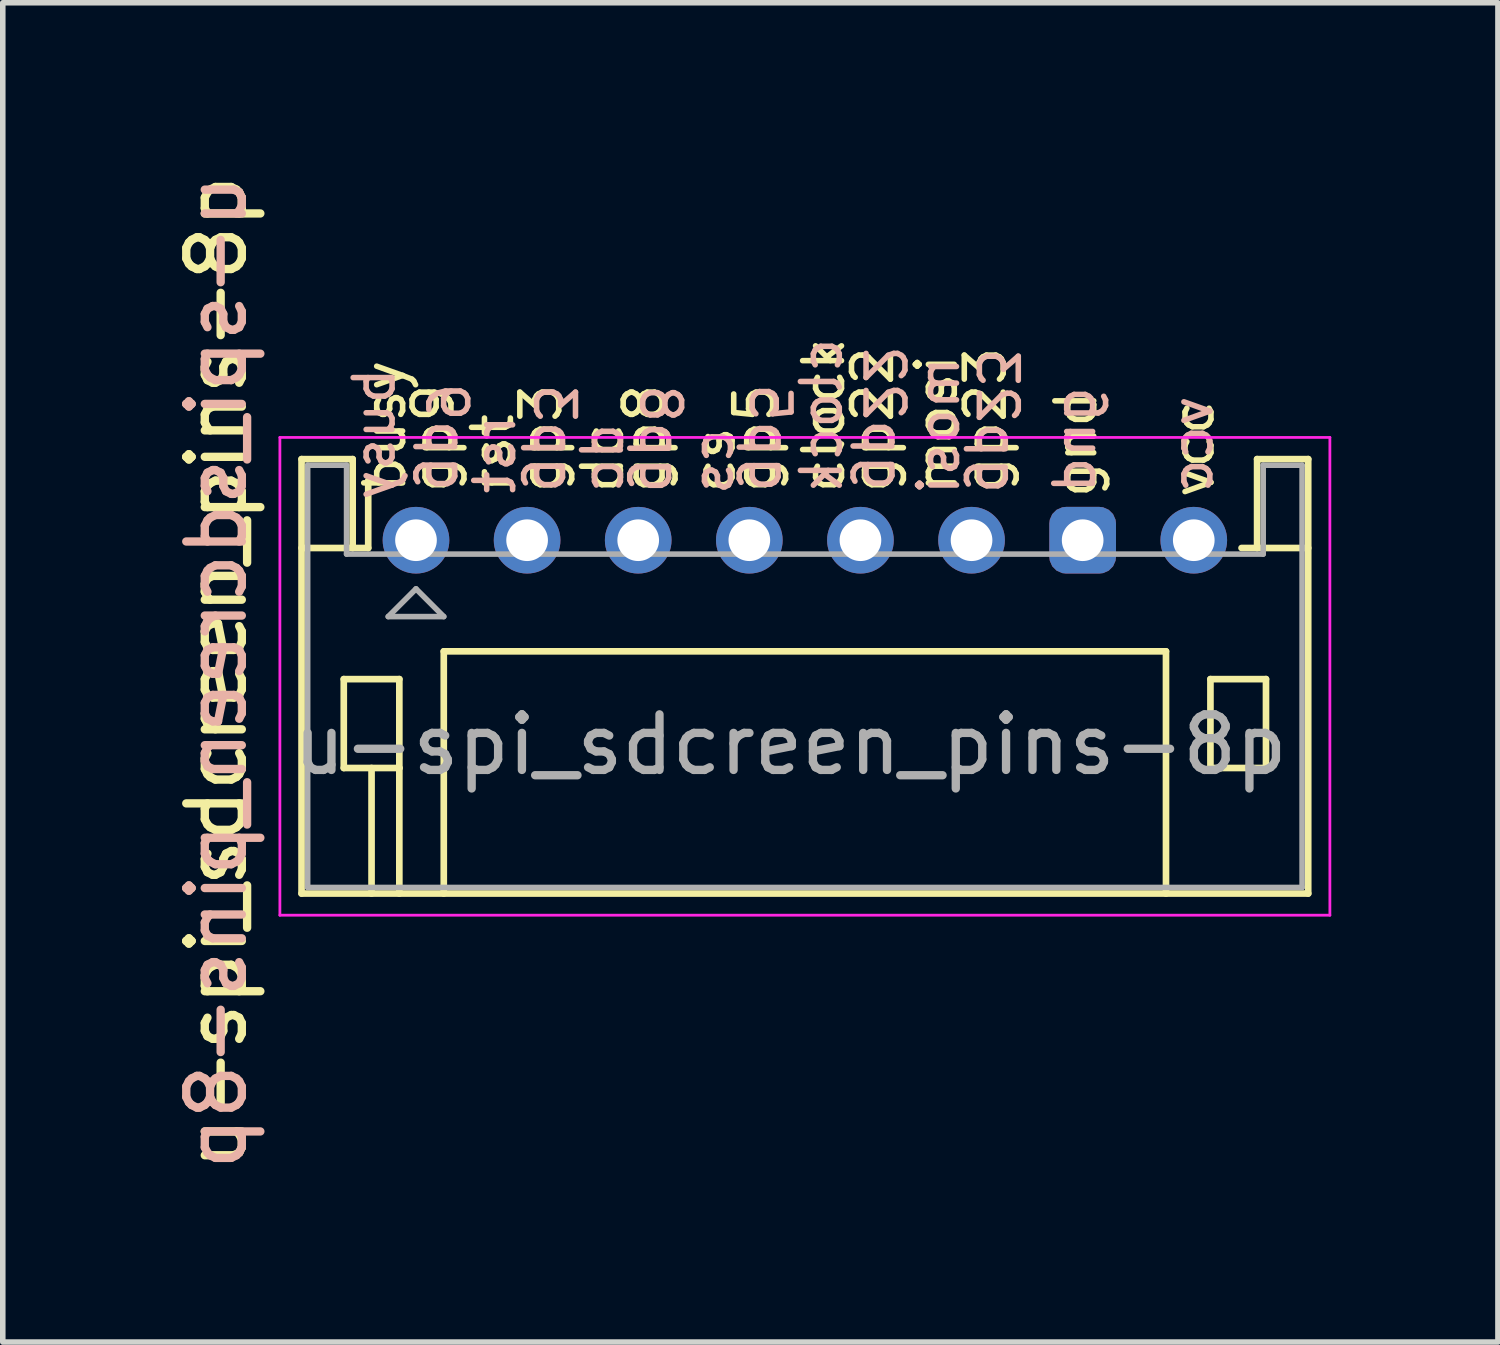
<source format=kicad_pcb>
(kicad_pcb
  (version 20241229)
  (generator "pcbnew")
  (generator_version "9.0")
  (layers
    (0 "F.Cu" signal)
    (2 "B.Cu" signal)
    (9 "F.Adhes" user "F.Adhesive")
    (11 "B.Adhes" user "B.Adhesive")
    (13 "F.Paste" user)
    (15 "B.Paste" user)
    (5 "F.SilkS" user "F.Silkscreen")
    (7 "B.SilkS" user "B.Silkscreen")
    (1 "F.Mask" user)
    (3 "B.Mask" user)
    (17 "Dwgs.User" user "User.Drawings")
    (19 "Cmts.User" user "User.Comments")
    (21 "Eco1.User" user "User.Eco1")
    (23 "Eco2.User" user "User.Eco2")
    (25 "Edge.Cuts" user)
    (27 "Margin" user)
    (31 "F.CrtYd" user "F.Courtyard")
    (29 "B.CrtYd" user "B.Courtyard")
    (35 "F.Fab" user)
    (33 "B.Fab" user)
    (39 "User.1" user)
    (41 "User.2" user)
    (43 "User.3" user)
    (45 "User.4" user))
  (footprint "u-spi_sdcreen_pins-8p"
    (layer "F.Cu")
    (at 4.438 6.674)
    (property "Reference" "u-spi_sdcreen_pins-8p" (at -3.59 2.38 90) (layer "F.SilkS") (effects (font (size 1 1) (thickness 0.15))))
    (attr through_hole)
    (fp_line (start -2.06 -1.46) (end -2.06 6.36) (stroke (width 0.12) (type solid)) (layer "F.SilkS"))
    (fp_line (start -2.06 0.14) (end -1.14 0.14) (stroke (width 0.12) (type solid)) (layer "F.SilkS"))
    (fp_line (start -2.06 6.36) (end 16.06 6.36) (stroke (width 0.12) (type solid)) (layer "F.SilkS"))
    (fp_line (start -1.3 2.5) (end -1.3 4.1) (stroke (width 0.12) (type solid)) (layer "F.SilkS"))
    (fp_line (start -1.3 4.1) (end -0.3 4.1) (stroke (width 0.12) (type solid)) (layer "F.SilkS"))
    (fp_line (start -1.14 -1.46) (end -2.06 -1.46) (stroke (width 0.12) (type solid)) (layer "F.SilkS"))
    (fp_line (start -1.14 0.14) (end -1.14 -1.46) (stroke (width 0.12) (type solid)) (layer "F.SilkS"))
    (fp_line (start -0.86 0.14) (end -1.14 0.14) (stroke (width 0.12) (type solid)) (layer "F.SilkS"))
    (fp_line (start -0.86 0.14) (end -0.86 -1.075) (stroke (width 0.12) (type solid)) (layer "F.SilkS"))
    (fp_line (start -0.8 4.1) (end -0.8 6.36) (stroke (width 0.12) (type solid)) (layer "F.SilkS"))
    (fp_line (start -0.3 2.5) (end -1.3 2.5) (stroke (width 0.12) (type solid)) (layer "F.SilkS"))
    (fp_line (start -0.3 4.1) (end -0.3 2.5) (stroke (width 0.12) (type solid)) (layer "F.SilkS"))
    (fp_line (start -0.3 4.1) (end -0.3 6.36) (stroke (width 0.12) (type solid)) (layer "F.SilkS"))
    (fp_line (start 0.5 2) (end 13.5 2) (stroke (width 0.12) (type solid)) (layer "F.SilkS"))
    (fp_line (start 0.5 6.36) (end 0.5 2) (stroke (width 0.12) (type solid)) (layer "F.SilkS"))
    (fp_line (start 13.5 2) (end 13.5 6.36) (stroke (width 0.12) (type solid)) (layer "F.SilkS"))
    (fp_line (start 14.3 2.5) (end 15.3 2.5) (stroke (width 0.12) (type solid)) (layer "F.SilkS"))
    (fp_line (start 14.3 4.1) (end 14.3 2.5) (stroke (width 0.12) (type solid)) (layer "F.SilkS"))
    (fp_line (start 15.14 -1.46) (end 15.14 0.14) (stroke (width 0.12) (type solid)) (layer "F.SilkS"))
    (fp_line (start 15.14 0.14) (end 14.86 0.14) (stroke (width 0.12) (type solid)) (layer "F.SilkS"))
    (fp_line (start 15.3 2.5) (end 15.3 4.1) (stroke (width 0.12) (type solid)) (layer "F.SilkS"))
    (fp_line (start 15.3 4.1) (end 14.3 4.1) (stroke (width 0.12) (type solid)) (layer "F.SilkS"))
    (fp_line (start 16.06 -1.46) (end 15.14 -1.46) (stroke (width 0.12) (type solid)) (layer "F.SilkS"))
    (fp_line (start 16.06 0.14) (end 15.14 0.14) (stroke (width 0.12) (type solid)) (layer "F.SilkS"))
    (fp_line (start 16.06 6.36) (end 16.06 -1.46) (stroke (width 0.12) (type solid)) (layer "F.SilkS"))
    (fp_line (start -2.45 -1.85) (end -2.45 6.75) (stroke (width 0.05) (type solid)) (layer "F.CrtYd"))
    (fp_line (start -2.45 6.75) (end 16.45 6.75) (stroke (width 0.05) (type solid)) (layer "F.CrtYd"))
    (fp_line (start 16.45 -1.85) (end -2.45 -1.85) (stroke (width 0.05) (type solid)) (layer "F.CrtYd"))
    (fp_line (start 16.45 6.75) (end 16.45 -1.85) (stroke (width 0.05) (type solid)) (layer "F.CrtYd"))
    (fp_line (start -1.95 -1.35) (end -1.95 6.25) (stroke (width 0.1) (type solid)) (layer "F.Fab"))
    (fp_line (start -1.95 6.25) (end 15.95 6.25) (stroke (width 0.1) (type solid)) (layer "F.Fab"))
    (fp_line (start -1.25 -1.35) (end -1.95 -1.35) (stroke (width 0.1) (type solid)) (layer "F.Fab"))
    (fp_line (start -1.25 0.25) (end -1.25 -1.35) (stroke (width 0.1) (type solid)) (layer "F.Fab"))
    (fp_line (start -0.5 1.375) (end 0.5 1.375) (stroke (width 0.1) (type solid)) (layer "F.Fab"))
    (fp_line (start 0 0.875) (end -0.5 1.375) (stroke (width 0.1) (type solid)) (layer "F.Fab"))
    (fp_line (start 0.5 1.375) (end 0 0.875) (stroke (width 0.1) (type solid)) (layer "F.Fab"))
    (fp_line (start 15.25 -1.35) (end 15.25 0.25) (stroke (width 0.1) (type solid)) (layer "F.Fab"))
    (fp_line (start 15.25 0.25) (end -1.25 0.25) (stroke (width 0.1) (type solid)) (layer "F.Fab"))
    (fp_line (start 15.95 -1.35) (end 15.25 -1.35) (stroke (width 0.1) (type solid)) (layer "F.Fab"))
    (fp_line (start 15.95 6.25) (end 15.95 -1.35) (stroke (width 0.1) (type solid)) (layer "F.Fab"))
    (fp_text user "clock" (at 7.75 -0.8 90) (unlocked yes) (layer "F.SilkS") (effects (font (size 0.7 0.7) (thickness 0.1)) (justify left bottom)))
    (fp_text user "busy" (at -0.15 -0.8 90) (unlocked yes) (layer "F.SilkS") (effects (font (size 0.7 0.7) (thickness 0.1)) (justify left bottom)))
    (fp_text user "rst" (at 1.79 -0.8 90) (unlocked yes) (layer "F.SilkS") (effects (font (size 0.7 0.7) (thickness 0.1)) (justify left bottom)))
    (fp_text user "gp22" (at 8.63 -0.8 90) (unlocked yes) (layer "F.SilkS") (effects (font (size 0.7 0.7) (thickness 0.1)) (justify left bottom)))
    (fp_text user "gp5" (at 6.51 -0.8 90) (unlocked yes) (layer "F.SilkS") (effects (font (size 0.7 0.7) (thickness 0.1)) (justify left bottom)))
    (fp_text user "dc" (at 3.77 -0.8 90) (unlocked yes) (layer "F.SilkS") (effects (font (size 0.7 0.7) (thickness 0.1)) (justify left bottom)))
    (fp_text user "gp9" (at 0.72 -0.8 90) (unlocked yes) (layer "F.SilkS") (effects (font (size 0.7 0.7) (thickness 0.1)) (justify left bottom)))
    (fp_text user "gnd" (at 12.29 -0.71 90) (unlocked yes) (layer "F.SilkS") (effects (font (size 0.7 0.7) (thickness 0.1)) (justify left bottom)))
    (fp_text user "gp8" (at 4.52 -0.8 90) (unlocked yes) (layer "F.SilkS") (effects (font (size 0.7 0.7) (thickness 0.1)) (justify left bottom)))
    (fp_text user "vcc" (at 14.4 -0.71 90) (unlocked yes) (layer "F.SilkS") (effects (font (size 0.7 0.7) (thickness 0.1)) (justify left bottom)))
    (fp_text user "gp23" (at 10.66 -0.8 90) (unlocked yes) (layer "F.SilkS") (effects (font (size 0.7 0.7) (thickness 0.1)) (justify left bottom)))
    (fp_text user "mosi" (at 9.78 -0.8 90) (unlocked yes) (layer "F.SilkS") (effects (font (size 0.7 0.7) (thickness 0.1)) (justify left bottom)))
    (fp_text user "gp3" (at 2.66 -0.8 90) (unlocked yes) (layer "F.SilkS") (effects (font (size 0.7 0.7) (thickness 0.1)) (justify left bottom)))
    (fp_text user "cs" (at 5.78 -0.8 90) (unlocked yes) (layer "F.SilkS") (effects (font (size 0.7 0.7) (thickness 0.1)) (justify left bottom)))
    (fp_text user "gp23" (at 10.05 -0.78 270) (unlocked yes) (layer "B.SilkS") (effects (font (size 0.7 0.7) (thickness 0.1)) (justify left bottom mirror)))
    (fp_text user "cs" (at 5.75 -2.06 90) (unlocked yes) (layer "B.SilkS") (effects (font (size 0.7 0.7) (thickness 0.1)) (justify left bottom mirror)))
    (fp_text user "${REFERENCE}" (at -3.59 2.38 270) (layer "B.SilkS") (effects (font (size 1 1) (thickness 0.15)) (justify mirror)))
    (fp_text user "gp5" (at 5.96 -0.81 270) (unlocked yes) (layer "B.SilkS") (effects (font (size 0.7 0.7) (thickness 0.1)) (justify left bottom mirror)))
    (fp_text user "mosi" (at 9.82 -3.36 90) (unlocked yes) (layer "B.SilkS") (effects (font (size 0.7 0.7) (thickness 0.1)) (justify left bottom mirror)))
    (fp_text user "dc" (at 3.77 -2.16 90) (unlocked yes) (layer "B.SilkS") (effects (font (size 0.7 0.7) (thickness 0.1)) (justify left bottom mirror)))
    (fp_text user "gnd" (at 12.27 -2.823 90) (unlocked yes) (layer "B.SilkS") (effects (font (size 0.7 0.7) (thickness 0.1)) (justify left bottom mirror)))
    (fp_text user "vcc" (at 14.38 -2.657 90) (unlocked yes) (layer "B.SilkS") (effects (font (size 0.7 0.7) (thickness 0.1)) (justify left bottom mirror)))
    (fp_text user "busy" (at -0.34 -3.16 90) (unlocked yes) (layer "B.SilkS") (effects (font (size 0.7 0.7) (thickness 0.1)) (justify left bottom mirror)))
    (fp_text user "gp22" (at 8.01 -0.83 270) (unlocked yes) (layer "B.SilkS") (effects (font (size 0.7 0.7) (thickness 0.1)) (justify left bottom mirror)))
    (fp_text user "gp9" (at 0.14 -0.82 270) (unlocked yes) (layer "B.SilkS") (effects (font (size 0.7 0.7) (thickness 0.1)) (justify left bottom mirror)))
    (fp_text user "gp8" (at 3.99 -0.79 270) (unlocked yes) (layer "B.SilkS") (effects (font (size 0.7 0.7) (thickness 0.1)) (justify left bottom mirror)))
    (fp_text user "clock" (at 7.71 -3.69 90) (unlocked yes) (layer "B.SilkS") (effects (font (size 0.7 0.7) (thickness 0.1)) (justify left bottom mirror)))
    (fp_text user "gp3" (at 2.08 -0.8 270) (unlocked yes) (layer "B.SilkS") (effects (font (size 0.7 0.7) (thickness 0.1)) (justify left bottom mirror)))
    (fp_text user "rst" (at 1.83 -2.31 90) (unlocked yes) (layer "B.SilkS") (effects (font (size 0.7 0.7) (thickness 0.1)) (justify left bottom mirror)))
    (fp_text user "${REFERENCE}" (at 6.74 3.68 0) (layer "F.Fab") (effects (font (size 1 1) (thickness 0.15))))
    (pad "1" thru_hole circle (at 0 0) (size 1.2 1.2) (drill 0.75) (layers "*.Cu" "*.Mask"))
    (pad "2" thru_hole circle (at 2 0) (size 1.2 1.2) (drill 0.75) (layers "*.Cu" "*.Mask"))
    (pad "3" thru_hole circle (at 4 0) (size 1.2 1.2) (drill 0.75) (layers "*.Cu" "*.Mask"))
    (pad "4" thru_hole circle (at 6 0) (size 1.2 1.2) (drill 0.75) (layers "*.Cu" "*.Mask"))
    (pad "5" thru_hole circle (at 8 0) (size 1.2 1.2) (drill 0.75) (layers "*.Cu" "*.Mask"))
    (pad "6" thru_hole circle (at 10 0) (size 1.2 1.2) (drill 0.75) (layers "*.Cu" "*.Mask"))
    (pad "7" thru_hole roundrect (at 12 0) (size 1.2 1.2) (drill 0.75) (layers "*.Cu" "*.Mask") (roundrect_rratio 0.25))
    (pad "8" thru_hole circle (at 14 0) (size 1.2 1.2) (drill 0.75) (layers "*.Cu" "*.Mask")))
  (gr_rect
    (start -3 -3)
    (end 23.913 21.107)
    (stroke (width 0.1) (type default))
    (fill no)
    (layer "Edge.Cuts")))
</source>
